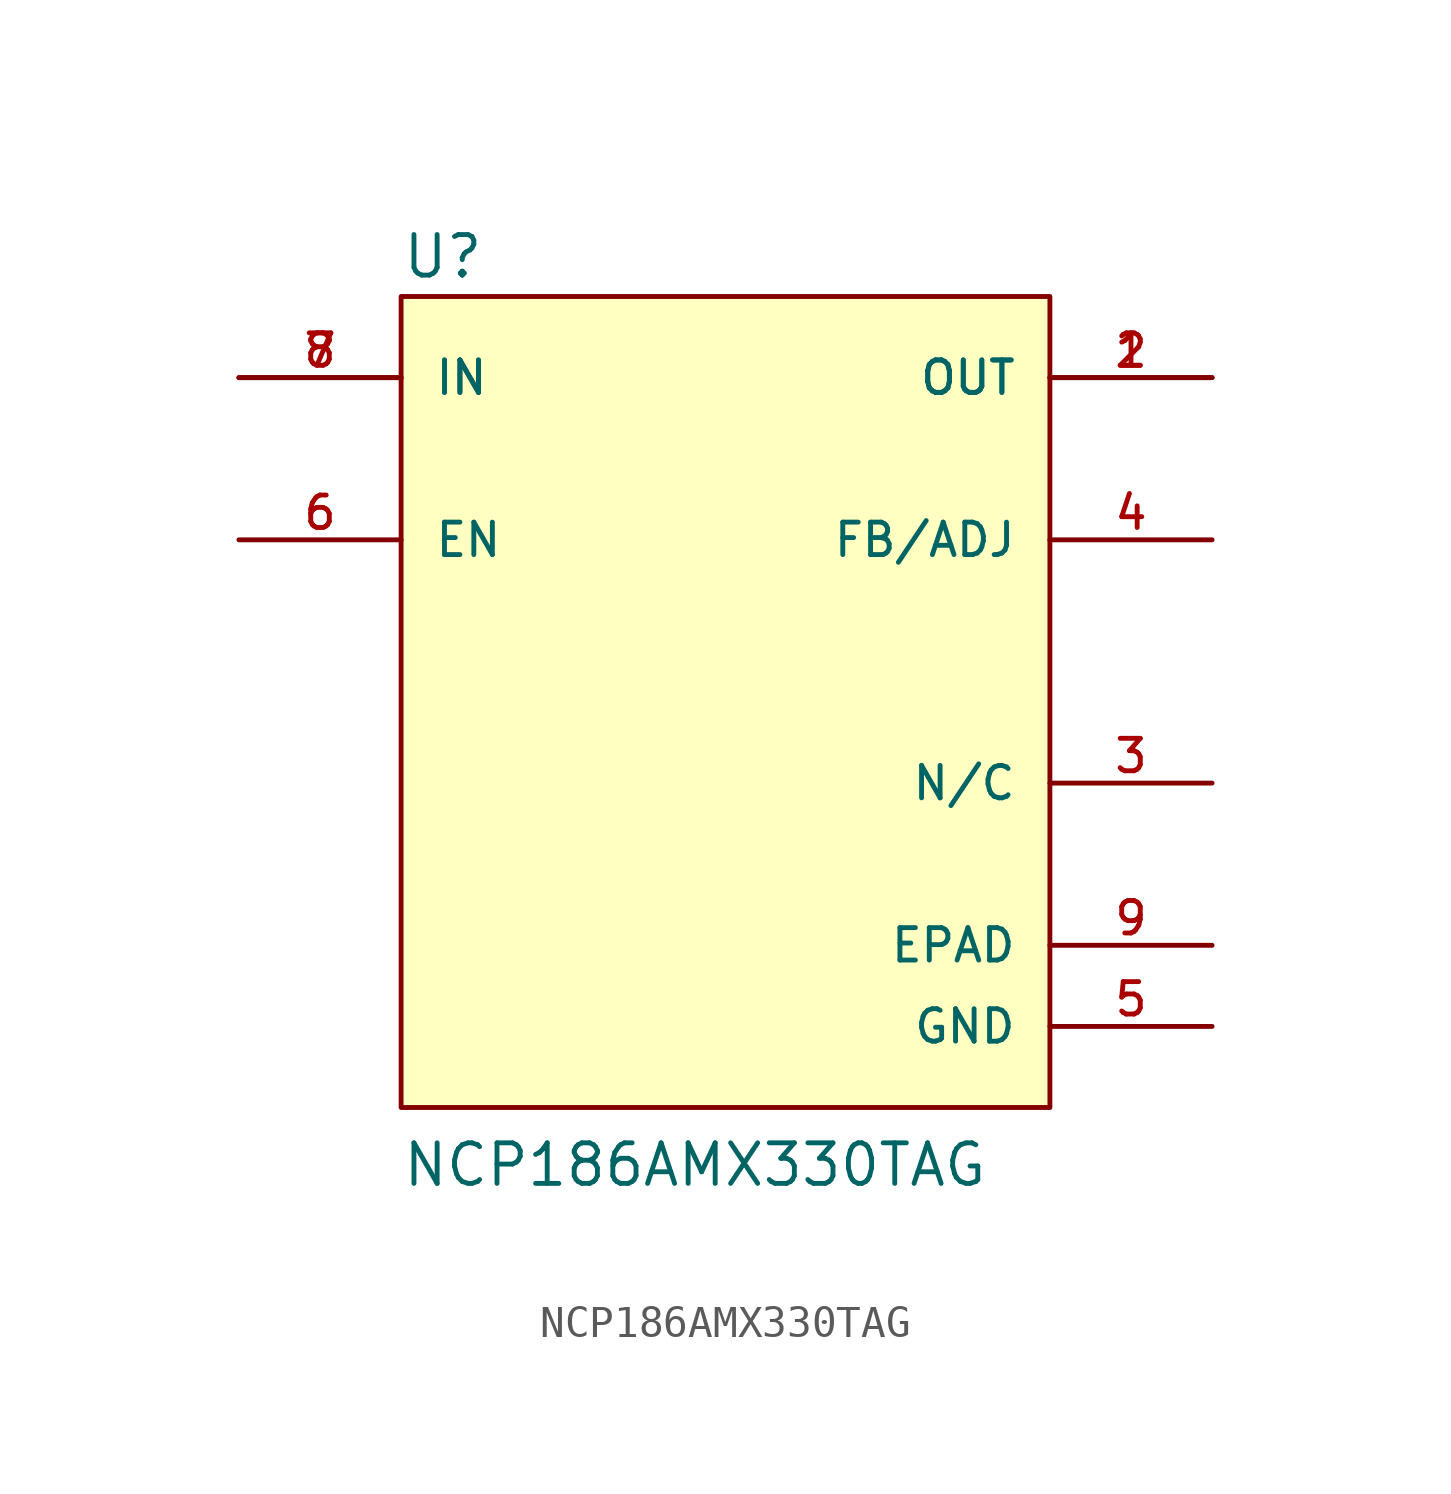
<source format=kicad_sym>
(kicad_symbol_lib
  (version 20231120)
  (generator "kicad_symbol_editor")
  (generator_version "8.0")
  (symbol "NCP186AMX330TAG"
    (pin_names
      (offset 1.016))
    (property "Reference" "U"
      (at -10.16 13.208 0)
      (effects (font (size 1.27 1.27)) (justify left bottom)))
    (property "Value" "NCP186AMX330TAG"
      (at -10.16 -15.24 0)
      (effects (font (size 1.27 1.27)) (justify left bottom)))
    (symbol "NCP186AMX330TAG_0_0"
      (rectangle (start -10.16 -12.7) (end 10.16 12.7) (stroke (width 0.152) (type default)) (fill (type background)))
      (pin output line (at 15.24 10.16 180) (length 5.08) (name "OUT" (effects (font (size 1.016 1.016)))) (number "1" (effects (font (size 1.016 1.016)))))
      (pin output line (at 15.24 10.16 180) (length 5.08) (name "OUT" (effects (font (size 1.016 1.016)))) (number "2" (effects (font (size 1.016 1.016)))))
      (pin passive line (at 15.24 -2.54 180) (length 5.08) (name "N/C" (effects (font (size 1.016 1.016)))) (number "3" (effects (font (size 1.016 1.016)))))
      (pin input line (at 15.24 5.08 180) (length 5.08) (name "FB/ADJ" (effects (font (size 1.016 1.016)))) (number "4" (effects (font (size 1.016 1.016)))))
      (pin power_in line (at 15.24 -10.16 180) (length 5.08) (name "GND" (effects (font (size 1.016 1.016)))) (number "5" (effects (font (size 1.016 1.016)))))
      (pin input line (at -15.24 5.08 0) (length 5.08) (name "EN" (effects (font (size 1.016 1.016)))) (number "6" (effects (font (size 1.016 1.016)))))
      (pin input line (at -15.24 10.16 0) (length 5.08) (name "IN" (effects (font (size 1.016 1.016)))) (number "7" (effects (font (size 1.016 1.016)))))
      (pin input line (at -15.24 10.16 0) (length 5.08) (name "IN" (effects (font (size 1.016 1.016)))) (number "8" (effects (font (size 1.016 1.016)))))
      (pin power_in line (at 15.24 -7.62 180) (length 5.08) (name "EPAD" (effects (font (size 1.016 1.016)))) (number "9" (effects (font (size 1.016 1.016))))))))
</source>
